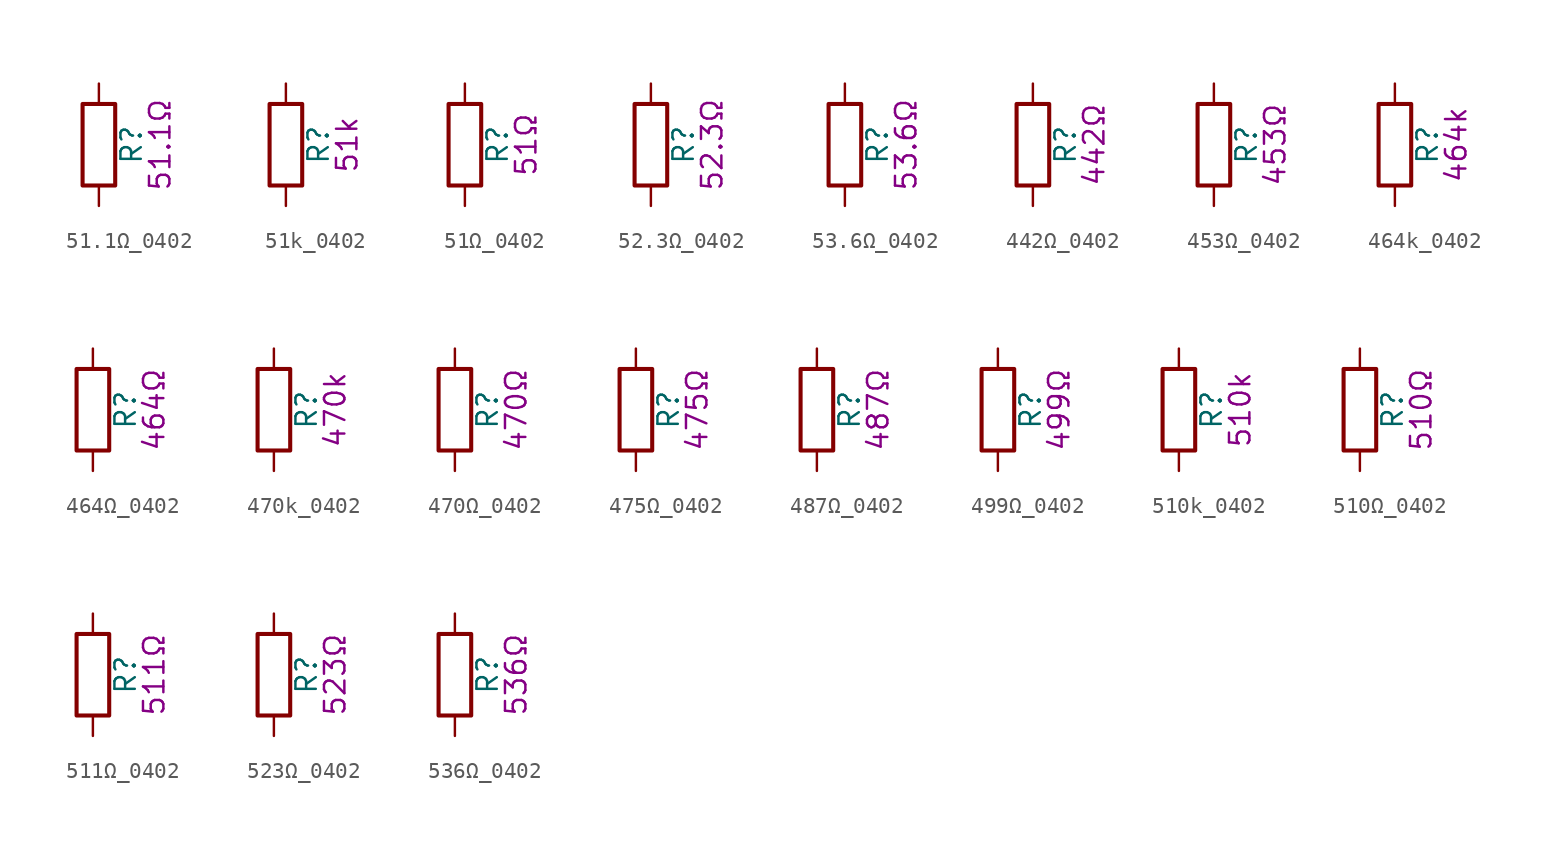
<source format=kicad_sym>
(kicad_symbol_lib
  (version 20211014)
  (generator kicad_symbol_editor)
  (symbol "51.1Ω_0402"
    (pin_numbers hide)
    (pin_names
      (offset 0))
    (property "Reference" "R"
      (at 2.032 0 90)
      (effects (font (size 1.27 1.27))))
    (property "Display" "51.1Ω"
      (at 3.81 0 90)
      (effects (font (size 1.27 1.27))))
    (symbol "51.1Ω_0402_0_1"
      (rectangle (start -1.016 -2.54) (end 1.016 2.54) (stroke (width 0.254) (type default) (color 0 0 0 0)) (fill (type none))))
    (symbol "51.1Ω_0402_1_1"
      (pin passive line (at 0 3.81 270) (length 1.27) (name "~" (effects (font (size 1.27 1.27)))) (number "1" (effects (font (size 1.27 1.27)))))
      (pin passive line (at 0 -3.81 90) (length 1.27) (name "~" (effects (font (size 1.27 1.27)))) (number "2" (effects (font (size 1.27 1.27)))))))
  (symbol "51k_0402"
    (pin_numbers hide)
    (pin_names
      (offset 0))
    (property "Reference" "R"
      (at 2.032 0 90)
      (effects (font (size 1.27 1.27))))
    (property "Display" "51k"
      (at 3.81 0 90)
      (effects (font (size 1.27 1.27))))
    (symbol "51k_0402_0_1"
      (rectangle (start -1.016 -2.54) (end 1.016 2.54) (stroke (width 0.254) (type default) (color 0 0 0 0)) (fill (type none))))
    (symbol "51k_0402_1_1"
      (pin passive line (at 0 3.81 270) (length 1.27) (name "~" (effects (font (size 1.27 1.27)))) (number "1" (effects (font (size 1.27 1.27)))))
      (pin passive line (at 0 -3.81 90) (length 1.27) (name "~" (effects (font (size 1.27 1.27)))) (number "2" (effects (font (size 1.27 1.27)))))))
  (symbol "51Ω_0402"
    (pin_numbers hide)
    (pin_names
      (offset 0))
    (property "Reference" "R"
      (at 2.032 0 90)
      (effects (font (size 1.27 1.27))))
    (property "Display" "51Ω"
      (at 3.81 0 90)
      (effects (font (size 1.27 1.27))))
    (symbol "51Ω_0402_0_1"
      (rectangle (start -1.016 -2.54) (end 1.016 2.54) (stroke (width 0.254) (type default) (color 0 0 0 0)) (fill (type none))))
    (symbol "51Ω_0402_1_1"
      (pin passive line (at 0 3.81 270) (length 1.27) (name "~" (effects (font (size 1.27 1.27)))) (number "1" (effects (font (size 1.27 1.27)))))
      (pin passive line (at 0 -3.81 90) (length 1.27) (name "~" (effects (font (size 1.27 1.27)))) (number "2" (effects (font (size 1.27 1.27)))))))
  (symbol "52.3Ω_0402"
    (pin_numbers hide)
    (pin_names
      (offset 0))
    (property "Reference" "R"
      (at 2.032 0 90)
      (effects (font (size 1.27 1.27))))
    (property "Display" "52.3Ω"
      (at 3.81 0 90)
      (effects (font (size 1.27 1.27))))
    (symbol "52.3Ω_0402_0_1"
      (rectangle (start -1.016 -2.54) (end 1.016 2.54) (stroke (width 0.254) (type default) (color 0 0 0 0)) (fill (type none))))
    (symbol "52.3Ω_0402_1_1"
      (pin passive line (at 0 3.81 270) (length 1.27) (name "~" (effects (font (size 1.27 1.27)))) (number "1" (effects (font (size 1.27 1.27)))))
      (pin passive line (at 0 -3.81 90) (length 1.27) (name "~" (effects (font (size 1.27 1.27)))) (number "2" (effects (font (size 1.27 1.27)))))))
  (symbol "53.6Ω_0402"
    (pin_numbers hide)
    (pin_names
      (offset 0))
    (property "Reference" "R"
      (at 2.032 0 90)
      (effects (font (size 1.27 1.27))))
    (property "Display" "53.6Ω"
      (at 3.81 0 90)
      (effects (font (size 1.27 1.27))))
    (symbol "53.6Ω_0402_0_1"
      (rectangle (start -1.016 -2.54) (end 1.016 2.54) (stroke (width 0.254) (type default) (color 0 0 0 0)) (fill (type none))))
    (symbol "53.6Ω_0402_1_1"
      (pin passive line (at 0 3.81 270) (length 1.27) (name "~" (effects (font (size 1.27 1.27)))) (number "1" (effects (font (size 1.27 1.27)))))
      (pin passive line (at 0 -3.81 90) (length 1.27) (name "~" (effects (font (size 1.27 1.27)))) (number "2" (effects (font (size 1.27 1.27)))))))
  (symbol "442Ω_0402"
    (pin_numbers hide)
    (pin_names
      (offset 0))
    (property "Reference" "R"
      (at 2.032 0 90)
      (effects (font (size 1.27 1.27))))
    (property "Display" "442Ω"
      (at 3.81 0 90)
      (effects (font (size 1.27 1.27))))
    (symbol "442Ω_0402_0_1"
      (rectangle (start -1.016 -2.54) (end 1.016 2.54) (stroke (width 0.254) (type default) (color 0 0 0 0)) (fill (type none))))
    (symbol "442Ω_0402_1_1"
      (pin passive line (at 0 3.81 270) (length 1.27) (name "~" (effects (font (size 1.27 1.27)))) (number "1" (effects (font (size 1.27 1.27)))))
      (pin passive line (at 0 -3.81 90) (length 1.27) (name "~" (effects (font (size 1.27 1.27)))) (number "2" (effects (font (size 1.27 1.27)))))))
  (symbol "453Ω_0402"
    (pin_numbers hide)
    (pin_names
      (offset 0))
    (property "Reference" "R"
      (at 2.032 0 90)
      (effects (font (size 1.27 1.27))))
    (property "Display" "453Ω"
      (at 3.81 0 90)
      (effects (font (size 1.27 1.27))))
    (symbol "453Ω_0402_0_1"
      (rectangle (start -1.016 -2.54) (end 1.016 2.54) (stroke (width 0.254) (type default) (color 0 0 0 0)) (fill (type none))))
    (symbol "453Ω_0402_1_1"
      (pin passive line (at 0 3.81 270) (length 1.27) (name "~" (effects (font (size 1.27 1.27)))) (number "1" (effects (font (size 1.27 1.27)))))
      (pin passive line (at 0 -3.81 90) (length 1.27) (name "~" (effects (font (size 1.27 1.27)))) (number "2" (effects (font (size 1.27 1.27)))))))
  (symbol "464k_0402"
    (pin_numbers hide)
    (pin_names
      (offset 0))
    (property "Reference" "R"
      (at 2.032 0 90)
      (effects (font (size 1.27 1.27))))
    (property "Display" "464k"
      (at 3.81 0 90)
      (effects (font (size 1.27 1.27))))
    (symbol "464k_0402_0_1"
      (rectangle (start -1.016 -2.54) (end 1.016 2.54) (stroke (width 0.254) (type default) (color 0 0 0 0)) (fill (type none))))
    (symbol "464k_0402_1_1"
      (pin passive line (at 0 3.81 270) (length 1.27) (name "~" (effects (font (size 1.27 1.27)))) (number "1" (effects (font (size 1.27 1.27)))))
      (pin passive line (at 0 -3.81 90) (length 1.27) (name "~" (effects (font (size 1.27 1.27)))) (number "2" (effects (font (size 1.27 1.27)))))))
  (symbol "464Ω_0402"
    (pin_numbers hide)
    (pin_names
      (offset 0))
    (property "Reference" "R"
      (at 2.032 0 90)
      (effects (font (size 1.27 1.27))))
    (property "Display" "464Ω"
      (at 3.81 0 90)
      (effects (font (size 1.27 1.27))))
    (symbol "464Ω_0402_0_1"
      (rectangle (start -1.016 -2.54) (end 1.016 2.54) (stroke (width 0.254) (type default) (color 0 0 0 0)) (fill (type none))))
    (symbol "464Ω_0402_1_1"
      (pin passive line (at 0 3.81 270) (length 1.27) (name "~" (effects (font (size 1.27 1.27)))) (number "1" (effects (font (size 1.27 1.27)))))
      (pin passive line (at 0 -3.81 90) (length 1.27) (name "~" (effects (font (size 1.27 1.27)))) (number "2" (effects (font (size 1.27 1.27)))))))
  (symbol "470k_0402"
    (pin_numbers hide)
    (pin_names
      (offset 0))
    (property "Reference" "R"
      (at 2.032 0 90)
      (effects (font (size 1.27 1.27))))
    (property "Display" "470k"
      (at 3.81 0 90)
      (effects (font (size 1.27 1.27))))
    (symbol "470k_0402_0_1"
      (rectangle (start -1.016 -2.54) (end 1.016 2.54) (stroke (width 0.254) (type default) (color 0 0 0 0)) (fill (type none))))
    (symbol "470k_0402_1_1"
      (pin passive line (at 0 3.81 270) (length 1.27) (name "~" (effects (font (size 1.27 1.27)))) (number "1" (effects (font (size 1.27 1.27)))))
      (pin passive line (at 0 -3.81 90) (length 1.27) (name "~" (effects (font (size 1.27 1.27)))) (number "2" (effects (font (size 1.27 1.27)))))))
  (symbol "470Ω_0402"
    (pin_numbers hide)
    (pin_names
      (offset 0))
    (property "Reference" "R"
      (at 2.032 0 90)
      (effects (font (size 1.27 1.27))))
    (property "Display" "470Ω"
      (at 3.81 0 90)
      (effects (font (size 1.27 1.27))))
    (symbol "470Ω_0402_0_1"
      (rectangle (start -1.016 -2.54) (end 1.016 2.54) (stroke (width 0.254) (type default) (color 0 0 0 0)) (fill (type none))))
    (symbol "470Ω_0402_1_1"
      (pin passive line (at 0 3.81 270) (length 1.27) (name "~" (effects (font (size 1.27 1.27)))) (number "1" (effects (font (size 1.27 1.27)))))
      (pin passive line (at 0 -3.81 90) (length 1.27) (name "~" (effects (font (size 1.27 1.27)))) (number "2" (effects (font (size 1.27 1.27)))))))
  (symbol "475Ω_0402"
    (pin_numbers hide)
    (pin_names
      (offset 0))
    (property "Reference" "R"
      (at 2.032 0 90)
      (effects (font (size 1.27 1.27))))
    (property "Display" "475Ω"
      (at 3.81 0 90)
      (effects (font (size 1.27 1.27))))
    (symbol "475Ω_0402_0_1"
      (rectangle (start -1.016 -2.54) (end 1.016 2.54) (stroke (width 0.254) (type default) (color 0 0 0 0)) (fill (type none))))
    (symbol "475Ω_0402_1_1"
      (pin passive line (at 0 3.81 270) (length 1.27) (name "~" (effects (font (size 1.27 1.27)))) (number "1" (effects (font (size 1.27 1.27)))))
      (pin passive line (at 0 -3.81 90) (length 1.27) (name "~" (effects (font (size 1.27 1.27)))) (number "2" (effects (font (size 1.27 1.27)))))))
  (symbol "487Ω_0402"
    (pin_numbers hide)
    (pin_names
      (offset 0))
    (property "Reference" "R"
      (at 2.032 0 90)
      (effects (font (size 1.27 1.27))))
    (property "Display" "487Ω"
      (at 3.81 0 90)
      (effects (font (size 1.27 1.27))))
    (symbol "487Ω_0402_0_1"
      (rectangle (start -1.016 -2.54) (end 1.016 2.54) (stroke (width 0.254) (type default) (color 0 0 0 0)) (fill (type none))))
    (symbol "487Ω_0402_1_1"
      (pin passive line (at 0 3.81 270) (length 1.27) (name "~" (effects (font (size 1.27 1.27)))) (number "1" (effects (font (size 1.27 1.27)))))
      (pin passive line (at 0 -3.81 90) (length 1.27) (name "~" (effects (font (size 1.27 1.27)))) (number "2" (effects (font (size 1.27 1.27)))))))
  (symbol "499Ω_0402"
    (pin_numbers hide)
    (pin_names
      (offset 0))
    (property "Reference" "R"
      (at 2.032 0 90)
      (effects (font (size 1.27 1.27))))
    (property "Display" "499Ω"
      (at 3.81 0 90)
      (effects (font (size 1.27 1.27))))
    (symbol "499Ω_0402_0_1"
      (rectangle (start -1.016 -2.54) (end 1.016 2.54) (stroke (width 0.254) (type default) (color 0 0 0 0)) (fill (type none))))
    (symbol "499Ω_0402_1_1"
      (pin passive line (at 0 3.81 270) (length 1.27) (name "~" (effects (font (size 1.27 1.27)))) (number "1" (effects (font (size 1.27 1.27)))))
      (pin passive line (at 0 -3.81 90) (length 1.27) (name "~" (effects (font (size 1.27 1.27)))) (number "2" (effects (font (size 1.27 1.27)))))))
  (symbol "510k_0402"
    (pin_numbers hide)
    (pin_names
      (offset 0))
    (property "Reference" "R"
      (at 2.032 0 90)
      (effects (font (size 1.27 1.27))))
    (property "Display" "510k"
      (at 3.81 0 90)
      (effects (font (size 1.27 1.27))))
    (symbol "510k_0402_0_1"
      (rectangle (start -1.016 -2.54) (end 1.016 2.54) (stroke (width 0.254) (type default) (color 0 0 0 0)) (fill (type none))))
    (symbol "510k_0402_1_1"
      (pin passive line (at 0 3.81 270) (length 1.27) (name "~" (effects (font (size 1.27 1.27)))) (number "1" (effects (font (size 1.27 1.27)))))
      (pin passive line (at 0 -3.81 90) (length 1.27) (name "~" (effects (font (size 1.27 1.27)))) (number "2" (effects (font (size 1.27 1.27)))))))
  (symbol "510Ω_0402"
    (pin_numbers hide)
    (pin_names
      (offset 0))
    (property "Reference" "R"
      (at 2.032 0 90)
      (effects (font (size 1.27 1.27))))
    (property "Display" "510Ω"
      (at 3.81 0 90)
      (effects (font (size 1.27 1.27))))
    (symbol "510Ω_0402_0_1"
      (rectangle (start -1.016 -2.54) (end 1.016 2.54) (stroke (width 0.254) (type default) (color 0 0 0 0)) (fill (type none))))
    (symbol "510Ω_0402_1_1"
      (pin passive line (at 0 3.81 270) (length 1.27) (name "~" (effects (font (size 1.27 1.27)))) (number "1" (effects (font (size 1.27 1.27)))))
      (pin passive line (at 0 -3.81 90) (length 1.27) (name "~" (effects (font (size 1.27 1.27)))) (number "2" (effects (font (size 1.27 1.27)))))))
  (symbol "511Ω_0402"
    (pin_numbers hide)
    (pin_names
      (offset 0))
    (property "Reference" "R"
      (at 2.032 0 90)
      (effects (font (size 1.27 1.27))))
    (property "Display" "511Ω"
      (at 3.81 0 90)
      (effects (font (size 1.27 1.27))))
    (symbol "511Ω_0402_0_1"
      (rectangle (start -1.016 -2.54) (end 1.016 2.54) (stroke (width 0.254) (type default) (color 0 0 0 0)) (fill (type none))))
    (symbol "511Ω_0402_1_1"
      (pin passive line (at 0 3.81 270) (length 1.27) (name "~" (effects (font (size 1.27 1.27)))) (number "1" (effects (font (size 1.27 1.27)))))
      (pin passive line (at 0 -3.81 90) (length 1.27) (name "~" (effects (font (size 1.27 1.27)))) (number "2" (effects (font (size 1.27 1.27)))))))
  (symbol "523Ω_0402"
    (pin_numbers hide)
    (pin_names
      (offset 0))
    (property "Reference" "R"
      (at 2.032 0 90)
      (effects (font (size 1.27 1.27))))
    (property "Display" "523Ω"
      (at 3.81 0 90)
      (effects (font (size 1.27 1.27))))
    (symbol "523Ω_0402_0_1"
      (rectangle (start -1.016 -2.54) (end 1.016 2.54) (stroke (width 0.254) (type default) (color 0 0 0 0)) (fill (type none))))
    (symbol "523Ω_0402_1_1"
      (pin passive line (at 0 3.81 270) (length 1.27) (name "~" (effects (font (size 1.27 1.27)))) (number "1" (effects (font (size 1.27 1.27)))))
      (pin passive line (at 0 -3.81 90) (length 1.27) (name "~" (effects (font (size 1.27 1.27)))) (number "2" (effects (font (size 1.27 1.27)))))))
  (symbol "536Ω_0402"
    (pin_numbers hide)
    (pin_names
      (offset 0))
    (property "Reference" "R"
      (at 2.032 0 90)
      (effects (font (size 1.27 1.27))))
    (property "Display" "536Ω"
      (at 3.81 0 90)
      (effects (font (size 1.27 1.27))))
    (symbol "536Ω_0402_0_1"
      (rectangle (start -1.016 -2.54) (end 1.016 2.54) (stroke (width 0.254) (type default) (color 0 0 0 0)) (fill (type none))))
    (symbol "536Ω_0402_1_1"
      (pin passive line (at 0 3.81 270) (length 1.27) (name "~" (effects (font (size 1.27 1.27)))) (number "1" (effects (font (size 1.27 1.27)))))
      (pin passive line (at 0 -3.81 90) (length 1.27) (name "~" (effects (font (size 1.27 1.27)))) (number "2" (effects (font (size 1.27 1.27))))))))
</source>
